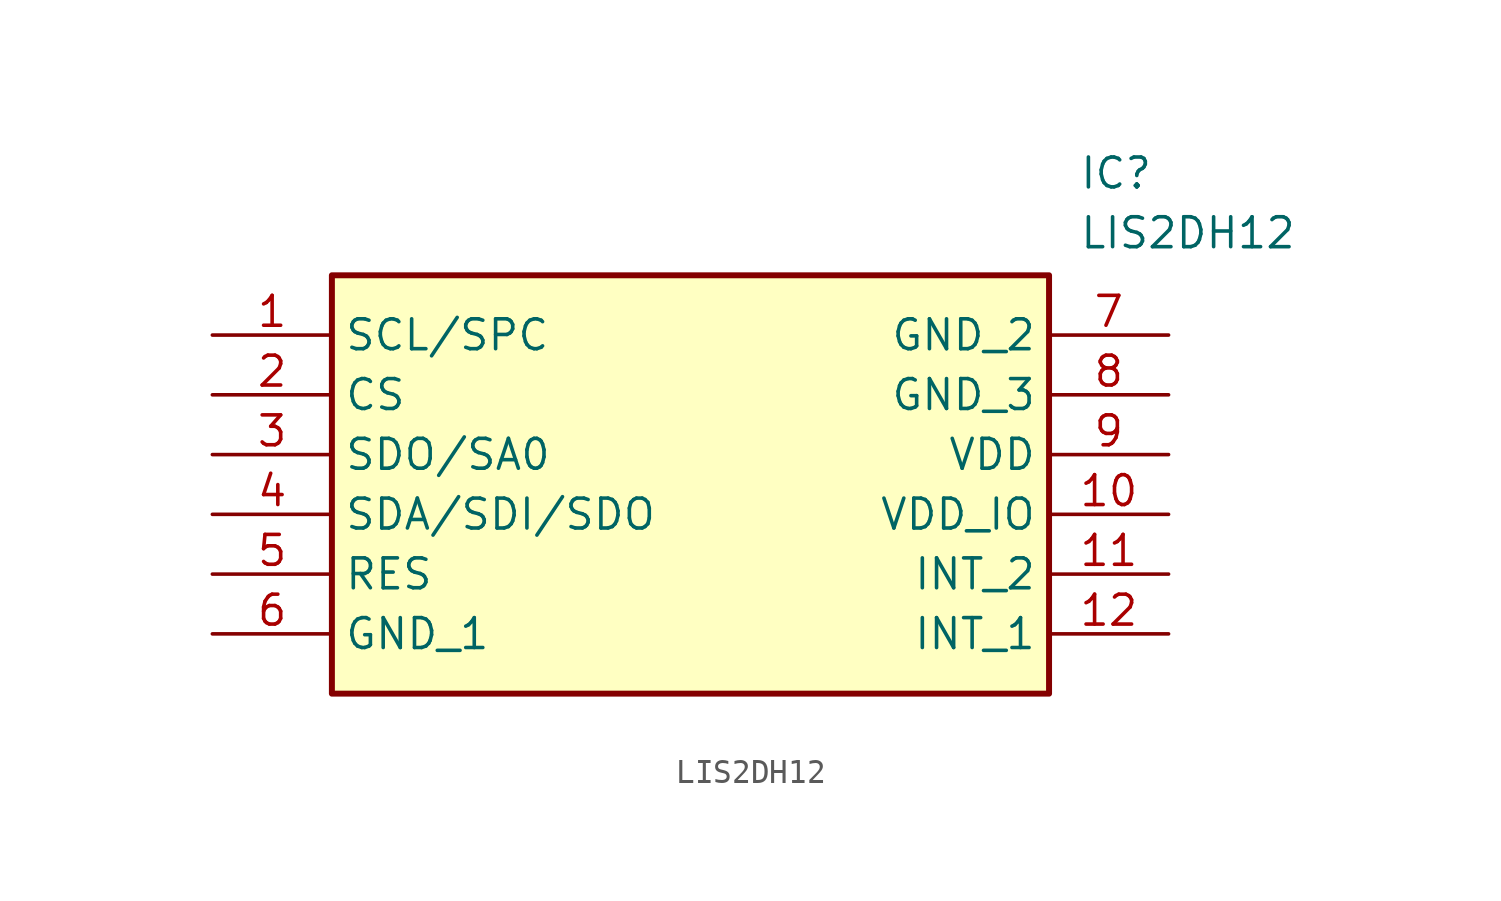
<source format=kicad_sym>
(kicad_symbol_lib
  (version 20211014)
  (generator SamacSys_ECAD_Model)
  (symbol "LIS2DH12"
    (property "Reference" "IC"
      (at 36.83 7.62 0)
      (effects (font (size 1.27 1.27)) (justify left top)))
    (property "Value" "LIS2DH12"
      (at 36.83 5.08 0)
      (effects (font (size 1.27 1.27)) (justify left top)))
    (rectangle
      (start 5.08 2.54)
      (end 35.56 -15.24)
      (stroke (width 0.254) (type default))
      (fill (type background)))
    (pin passive line
      (at 0 0 0)
      (length 5.08)
      (name "SCL/SPC" (effects (font (size 1.27 1.27))))
      (number "1" (effects (font (size 1.27 1.27)))))
    (pin passive line
      (at 0 -2.54 0)
      (length 5.08)
      (name "CS" (effects (font (size 1.27 1.27))))
      (number "2" (effects (font (size 1.27 1.27)))))
    (pin passive line
      (at 0 -5.08 0)
      (length 5.08)
      (name "SDO/SA0" (effects (font (size 1.27 1.27))))
      (number "3" (effects (font (size 1.27 1.27)))))
    (pin passive line
      (at 0 -7.62 0)
      (length 5.08)
      (name "SDA/SDI/SDO" (effects (font (size 1.27 1.27))))
      (number "4" (effects (font (size 1.27 1.27)))))
    (pin passive line
      (at 0 -10.16 0)
      (length 5.08)
      (name "RES" (effects (font (size 1.27 1.27))))
      (number "5" (effects (font (size 1.27 1.27)))))
    (pin passive line
      (at 0 -12.7 0)
      (length 5.08)
      (name "GND_1" (effects (font (size 1.27 1.27))))
      (number "6" (effects (font (size 1.27 1.27)))))
    (pin passive line
      (at 40.64 0 180)
      (length 5.08)
      (name "GND_2" (effects (font (size 1.27 1.27))))
      (number "7" (effects (font (size 1.27 1.27)))))
    (pin passive line
      (at 40.64 -2.54 180)
      (length 5.08)
      (name "GND_3" (effects (font (size 1.27 1.27))))
      (number "8" (effects (font (size 1.27 1.27)))))
    (pin passive line
      (at 40.64 -5.08 180)
      (length 5.08)
      (name "VDD" (effects (font (size 1.27 1.27))))
      (number "9" (effects (font (size 1.27 1.27)))))
    (pin passive line
      (at 40.64 -7.62 180)
      (length 5.08)
      (name "VDD_IO" (effects (font (size 1.27 1.27))))
      (number "10" (effects (font (size 1.27 1.27)))))
    (pin passive line
      (at 40.64 -10.16 180)
      (length 5.08)
      (name "INT_2" (effects (font (size 1.27 1.27))))
      (number "11" (effects (font (size 1.27 1.27)))))
    (pin passive line
      (at 40.64 -12.7 180)
      (length 5.08)
      (name "INT_1" (effects (font (size 1.27 1.27))))
      (number "12" (effects (font (size 1.27 1.27)))))))
</source>
